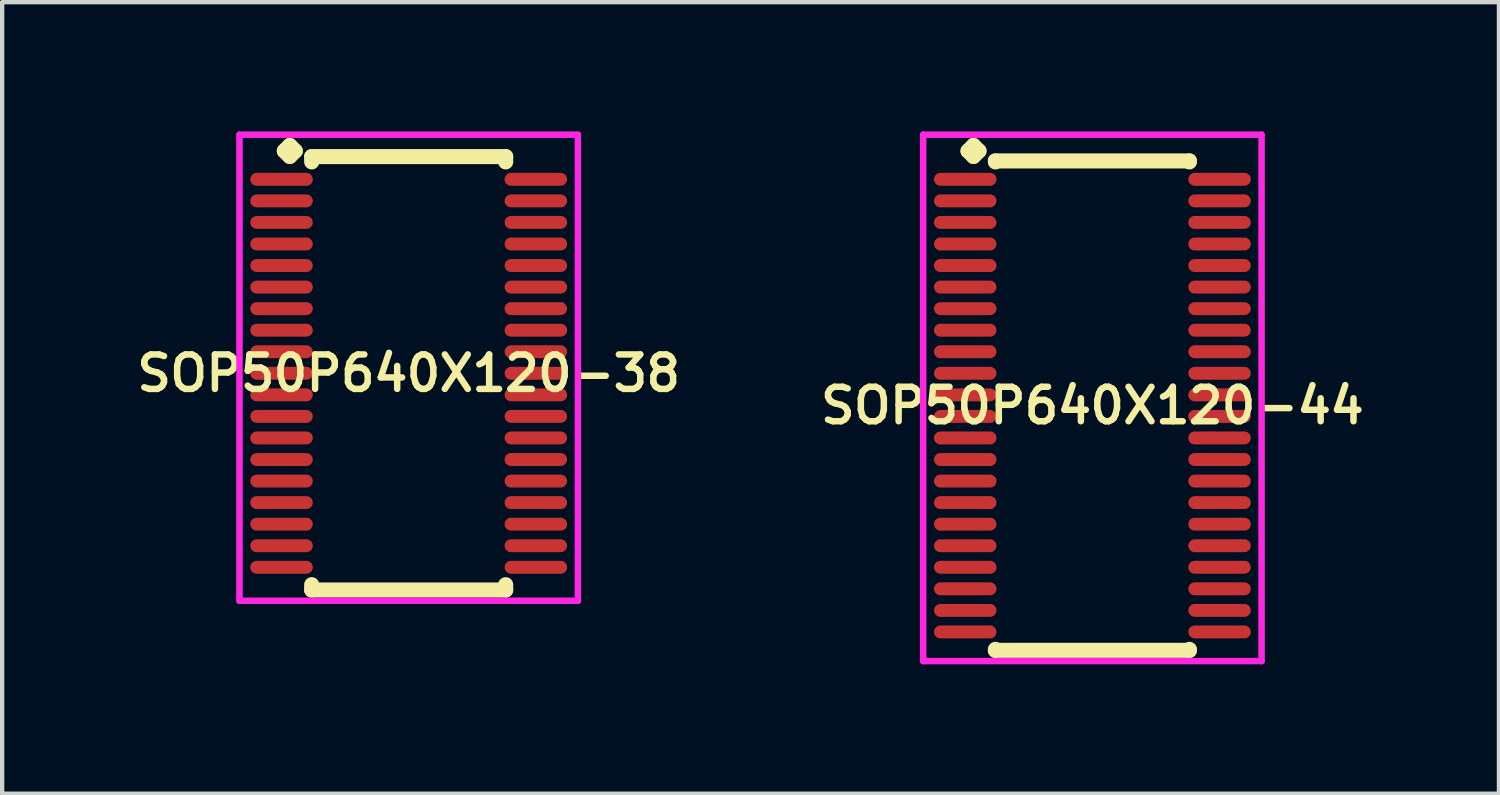
<source format=kicad_pcb>
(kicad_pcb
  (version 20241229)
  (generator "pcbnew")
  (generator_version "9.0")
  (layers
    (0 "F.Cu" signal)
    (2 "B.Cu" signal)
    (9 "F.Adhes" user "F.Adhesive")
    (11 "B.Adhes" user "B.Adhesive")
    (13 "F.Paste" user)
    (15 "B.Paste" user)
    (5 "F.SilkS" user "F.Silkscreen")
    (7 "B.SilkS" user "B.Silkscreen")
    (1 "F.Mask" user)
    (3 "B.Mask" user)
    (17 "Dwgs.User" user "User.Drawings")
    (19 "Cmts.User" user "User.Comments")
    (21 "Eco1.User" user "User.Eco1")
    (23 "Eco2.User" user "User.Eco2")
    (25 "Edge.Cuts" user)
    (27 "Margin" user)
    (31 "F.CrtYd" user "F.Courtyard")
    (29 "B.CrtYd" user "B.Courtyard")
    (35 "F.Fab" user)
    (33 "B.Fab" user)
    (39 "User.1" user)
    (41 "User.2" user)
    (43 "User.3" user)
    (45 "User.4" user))
  (footprint "SOP50P640X120-44"
    (layer "F.Cu")
    (at 22.292 6.36)
    (property "Reference" "SOP50P640X120-44" (at 0 0 0) (layer "F.SilkS") (effects (font (size 0.8 0.8) (thickness 0.15))))
    (attr smd)
    (fp_line (start -2.885 -5.908) (end -2.758 -6.035) (stroke (width 0.35) (type solid)) (layer "F.SilkS"))
    (fp_line (start -2.758 -6.035) (end -2.631 -5.908) (stroke (width 0.35) (type solid)) (layer "F.SilkS"))
    (fp_line (start -2.758 -5.781) (end -2.885 -5.908) (stroke (width 0.35) (type solid)) (layer "F.SilkS"))
    (fp_line (start -2.631 -5.908) (end -2.758 -5.781) (stroke (width 0.35) (type solid)) (layer "F.SilkS"))
    (fp_line (start -2.25 -5.677) (end 2.25 -5.677) (stroke (width 0.35) (type solid)) (layer "F.SilkS"))
    (fp_line (start -2.25 -5.654) (end -2.25 -5.677) (stroke (width 0.35) (type solid)) (layer "F.SilkS"))
    (fp_line (start -2.25 5.654) (end -2.25 5.677) (stroke (width 0.35) (type solid)) (layer "F.SilkS"))
    (fp_line (start -2.25 5.677) (end 2.25 5.677) (stroke (width 0.35) (type solid)) (layer "F.SilkS"))
    (fp_line (start 2.25 -5.677) (end 2.25 -5.654) (stroke (width 0.35) (type solid)) (layer "F.SilkS"))
    (fp_line (start 2.25 5.677) (end 2.25 5.654) (stroke (width 0.35) (type solid)) (layer "F.SilkS"))
    (fp_line (start -3.925 -6.285) (end 3.925 -6.285) (stroke (width 0.15) (type solid)) (layer "F.CrtYd"))
    (fp_line (start -3.925 5.927) (end -3.925 -6.285) (stroke (width 0.15) (type solid)) (layer "F.CrtYd"))
    (fp_line (start 3.925 -6.285) (end 3.925 5.927) (stroke (width 0.15) (type solid)) (layer "F.CrtYd"))
    (fp_line (start 3.925 5.927) (end -3.925 5.927) (stroke (width 0.15) (type solid)) (layer "F.CrtYd"))
    (pad "1" smd oval (at -2.95 -5.25) (size 1.45 0.3) (layers "F.Cu" "F.Mask" "F.Paste"))
    (pad "2" smd oval (at -2.95 -4.75) (size 1.45 0.3) (layers "F.Cu" "F.Mask" "F.Paste"))
    (pad "3" smd oval (at -2.95 -4.25) (size 1.45 0.3) (layers "F.Cu" "F.Mask" "F.Paste"))
    (pad "4" smd oval (at -2.95 -3.75) (size 1.45 0.3) (layers "F.Cu" "F.Mask" "F.Paste"))
    (pad "5" smd oval (at -2.95 -3.25) (size 1.45 0.3) (layers "F.Cu" "F.Mask" "F.Paste"))
    (pad "6" smd oval (at -2.95 -2.75) (size 1.45 0.3) (layers "F.Cu" "F.Mask" "F.Paste"))
    (pad "7" smd oval (at -2.95 -2.25) (size 1.45 0.3) (layers "F.Cu" "F.Mask" "F.Paste"))
    (pad "8" smd oval (at -2.95 -1.75) (size 1.45 0.3) (layers "F.Cu" "F.Mask" "F.Paste"))
    (pad "9" smd oval (at -2.95 -1.25) (size 1.45 0.3) (layers "F.Cu" "F.Mask" "F.Paste"))
    (pad "10" smd oval (at -2.95 -0.75) (size 1.45 0.3) (layers "F.Cu" "F.Mask" "F.Paste"))
    (pad "11" smd oval (at -2.95 -0.25) (size 1.45 0.3) (layers "F.Cu" "F.Mask" "F.Paste"))
    (pad "12" smd oval (at -2.95 0.25) (size 1.45 0.3) (layers "F.Cu" "F.Mask" "F.Paste"))
    (pad "13" smd oval (at -2.95 0.75) (size 1.45 0.3) (layers "F.Cu" "F.Mask" "F.Paste"))
    (pad "14" smd oval (at -2.95 1.25) (size 1.45 0.3) (layers "F.Cu" "F.Mask" "F.Paste"))
    (pad "15" smd oval (at -2.95 1.75) (size 1.45 0.3) (layers "F.Cu" "F.Mask" "F.Paste"))
    (pad "16" smd oval (at -2.95 2.25) (size 1.45 0.3) (layers "F.Cu" "F.Mask" "F.Paste"))
    (pad "17" smd oval (at -2.95 2.75) (size 1.45 0.3) (layers "F.Cu" "F.Mask" "F.Paste"))
    (pad "18" smd oval (at -2.95 3.25) (size 1.45 0.3) (layers "F.Cu" "F.Mask" "F.Paste"))
    (pad "19" smd oval (at -2.95 3.75) (size 1.45 0.3) (layers "F.Cu" "F.Mask" "F.Paste"))
    (pad "20" smd oval (at -2.95 4.25) (size 1.45 0.3) (layers "F.Cu" "F.Mask" "F.Paste"))
    (pad "21" smd oval (at -2.95 4.75) (size 1.45 0.3) (layers "F.Cu" "F.Mask" "F.Paste"))
    (pad "22" smd oval (at -2.95 5.25) (size 1.45 0.3) (layers "F.Cu" "F.Mask" "F.Paste"))
    (pad "23" smd oval (at 2.95 5.25) (size 1.45 0.3) (layers "F.Cu" "F.Mask" "F.Paste"))
    (pad "24" smd oval (at 2.95 4.75) (size 1.45 0.3) (layers "F.Cu" "F.Mask" "F.Paste"))
    (pad "25" smd oval (at 2.95 4.25) (size 1.45 0.3) (layers "F.Cu" "F.Mask" "F.Paste"))
    (pad "26" smd oval (at 2.95 3.75) (size 1.45 0.3) (layers "F.Cu" "F.Mask" "F.Paste"))
    (pad "27" smd oval (at 2.95 3.25) (size 1.45 0.3) (layers "F.Cu" "F.Mask" "F.Paste"))
    (pad "28" smd oval (at 2.95 2.75) (size 1.45 0.3) (layers "F.Cu" "F.Mask" "F.Paste"))
    (pad "29" smd oval (at 2.95 2.25) (size 1.45 0.3) (layers "F.Cu" "F.Mask" "F.Paste"))
    (pad "30" smd oval (at 2.95 1.75) (size 1.45 0.3) (layers "F.Cu" "F.Mask" "F.Paste"))
    (pad "31" smd oval (at 2.95 1.25) (size 1.45 0.3) (layers "F.Cu" "F.Mask" "F.Paste"))
    (pad "32" smd oval (at 2.95 0.75) (size 1.45 0.3) (layers "F.Cu" "F.Mask" "F.Paste"))
    (pad "33" smd oval (at 2.95 0.25) (size 1.45 0.3) (layers "F.Cu" "F.Mask" "F.Paste"))
    (pad "34" smd oval (at 2.95 -0.25) (size 1.45 0.3) (layers "F.Cu" "F.Mask" "F.Paste"))
    (pad "35" smd oval (at 2.95 -0.75) (size 1.45 0.3) (layers "F.Cu" "F.Mask" "F.Paste"))
    (pad "36" smd oval (at 2.95 -1.25) (size 1.45 0.3) (layers "F.Cu" "F.Mask" "F.Paste"))
    (pad "37" smd oval (at 2.95 -1.75) (size 1.45 0.3) (layers "F.Cu" "F.Mask" "F.Paste"))
    (pad "38" smd oval (at 2.95 -2.25) (size 1.45 0.3) (layers "F.Cu" "F.Mask" "F.Paste"))
    (pad "39" smd oval (at 2.95 -2.75) (size 1.45 0.3) (layers "F.Cu" "F.Mask" "F.Paste"))
    (pad "40" smd oval (at 2.95 -3.25) (size 1.45 0.3) (layers "F.Cu" "F.Mask" "F.Paste"))
    (pad "41" smd oval (at 2.95 -3.75) (size 1.45 0.3) (layers "F.Cu" "F.Mask" "F.Paste"))
    (pad "42" smd oval (at 2.95 -4.25) (size 1.45 0.3) (layers "F.Cu" "F.Mask" "F.Paste"))
    (pad "43" smd oval (at 2.95 -4.75) (size 1.45 0.3) (layers "F.Cu" "F.Mask" "F.Paste"))
    (pad "44" smd oval (at 2.95 -5.25) (size 1.45 0.3) (layers "F.Cu" "F.Mask" "F.Paste")))
  (footprint "SOP50P640X120-38"
    (layer "F.Cu")
    (at 6.431 5.61)
    (property "Reference" "SOP50P640X120-38" (at 0 0 0) (layer "F.SilkS") (effects (font (size 0.8 0.8) (thickness 0.15))))
    (attr through_hole)
    (fp_line (start -2.885 -5.158) (end -2.758 -5.285) (stroke (width 0.35) (type solid)) (layer "F.SilkS"))
    (fp_line (start -2.758 -5.285) (end -2.631 -5.158) (stroke (width 0.35) (type solid)) (layer "F.SilkS"))
    (fp_line (start -2.758 -5.031) (end -2.885 -5.158) (stroke (width 0.35) (type solid)) (layer "F.SilkS"))
    (fp_line (start -2.631 -5.158) (end -2.758 -5.031) (stroke (width 0.35) (type solid)) (layer "F.SilkS"))
    (fp_line (start -2.25 -5.027) (end 2.25 -5.027) (stroke (width 0.35) (type solid)) (layer "F.SilkS"))
    (fp_line (start -2.25 -4.904) (end -2.25 -5.027) (stroke (width 0.35) (type solid)) (layer "F.SilkS"))
    (fp_line (start -2.25 4.904) (end -2.25 5.027) (stroke (width 0.35) (type solid)) (layer "F.SilkS"))
    (fp_line (start -2.25 5.027) (end 2.25 5.027) (stroke (width 0.35) (type solid)) (layer "F.SilkS"))
    (fp_line (start 2.25 -5.027) (end 2.25 -4.904) (stroke (width 0.35) (type solid)) (layer "F.SilkS"))
    (fp_line (start 2.25 5.027) (end 2.25 4.904) (stroke (width 0.35) (type solid)) (layer "F.SilkS"))
    (fp_line (start -3.925 -5.535) (end 3.925 -5.535) (stroke (width 0.15) (type solid)) (layer "F.CrtYd"))
    (fp_line (start -3.925 5.277) (end -3.925 -5.535) (stroke (width 0.15) (type solid)) (layer "F.CrtYd"))
    (fp_line (start 3.925 -5.535) (end 3.925 5.277) (stroke (width 0.15) (type solid)) (layer "F.CrtYd"))
    (fp_line (start 3.925 5.277) (end -3.925 5.277) (stroke (width 0.15) (type solid)) (layer "F.CrtYd"))
    (pad "1" smd oval (at -2.95 -4.5) (size 1.45 0.3) (layers "F.Cu" "F.Mask" "F.Paste"))
    (pad "2" smd oval (at -2.95 -4) (size 1.45 0.3) (layers "F.Cu" "F.Mask" "F.Paste"))
    (pad "3" smd oval (at -2.95 -3.5) (size 1.45 0.3) (layers "F.Cu" "F.Mask" "F.Paste"))
    (pad "4" smd oval (at -2.95 -3) (size 1.45 0.3) (layers "F.Cu" "F.Mask" "F.Paste"))
    (pad "5" smd oval (at -2.95 -2.5) (size 1.45 0.3) (layers "F.Cu" "F.Mask" "F.Paste"))
    (pad "6" smd oval (at -2.95 -2) (size 1.45 0.3) (layers "F.Cu" "F.Mask" "F.Paste"))
    (pad "7" smd oval (at -2.95 -1.5) (size 1.45 0.3) (layers "F.Cu" "F.Mask" "F.Paste"))
    (pad "8" smd oval (at -2.95 -1) (size 1.45 0.3) (layers "F.Cu" "F.Mask" "F.Paste"))
    (pad "9" smd oval (at -2.95 -0.5) (size 1.45 0.3) (layers "F.Cu" "F.Mask" "F.Paste"))
    (pad "10" smd oval (at -2.95 0) (size 1.45 0.3) (layers "F.Cu" "F.Mask" "F.Paste"))
    (pad "11" smd oval (at -2.95 0.5) (size 1.45 0.3) (layers "F.Cu" "F.Mask" "F.Paste"))
    (pad "12" smd oval (at -2.95 1) (size 1.45 0.3) (layers "F.Cu" "F.Mask" "F.Paste"))
    (pad "13" smd oval (at -2.95 1.5) (size 1.45 0.3) (layers "F.Cu" "F.Mask" "F.Paste"))
    (pad "14" smd oval (at -2.95 2) (size 1.45 0.3) (layers "F.Cu" "F.Mask" "F.Paste"))
    (pad "15" smd oval (at -2.95 2.5) (size 1.45 0.3) (layers "F.Cu" "F.Mask" "F.Paste"))
    (pad "16" smd oval (at -2.95 3) (size 1.45 0.3) (layers "F.Cu" "F.Mask" "F.Paste"))
    (pad "17" smd oval (at -2.95 3.5) (size 1.45 0.3) (layers "F.Cu" "F.Mask" "F.Paste"))
    (pad "18" smd oval (at -2.95 4) (size 1.45 0.3) (layers "F.Cu" "F.Mask" "F.Paste"))
    (pad "19" smd oval (at -2.95 4.5) (size 1.45 0.3) (layers "F.Cu" "F.Mask" "F.Paste"))
    (pad "20" smd oval (at 2.95 4.5) (size 1.45 0.3) (layers "F.Cu" "F.Mask" "F.Paste"))
    (pad "21" smd oval (at 2.95 4) (size 1.45 0.3) (layers "F.Cu" "F.Mask" "F.Paste"))
    (pad "22" smd oval (at 2.95 3.5) (size 1.45 0.3) (layers "F.Cu" "F.Mask" "F.Paste"))
    (pad "23" smd oval (at 2.95 3) (size 1.45 0.3) (layers "F.Cu" "F.Mask" "F.Paste"))
    (pad "24" smd oval (at 2.95 2.5) (size 1.45 0.3) (layers "F.Cu" "F.Mask" "F.Paste"))
    (pad "25" smd oval (at 2.95 2) (size 1.45 0.3) (layers "F.Cu" "F.Mask" "F.Paste"))
    (pad "26" smd oval (at 2.95 1.5) (size 1.45 0.3) (layers "F.Cu" "F.Mask" "F.Paste"))
    (pad "27" smd oval (at 2.95 1) (size 1.45 0.3) (layers "F.Cu" "F.Mask" "F.Paste"))
    (pad "28" smd oval (at 2.95 0.5) (size 1.45 0.3) (layers "F.Cu" "F.Mask" "F.Paste"))
    (pad "29" smd oval (at 2.95 0) (size 1.45 0.3) (layers "F.Cu" "F.Mask" "F.Paste"))
    (pad "30" smd oval (at 2.95 -0.5) (size 1.45 0.3) (layers "F.Cu" "F.Mask" "F.Paste"))
    (pad "31" smd oval (at 2.95 -1) (size 1.45 0.3) (layers "F.Cu" "F.Mask" "F.Paste"))
    (pad "32" smd oval (at 2.95 -1.5) (size 1.45 0.3) (layers "F.Cu" "F.Mask" "F.Paste"))
    (pad "33" smd oval (at 2.95 -2) (size 1.45 0.3) (layers "F.Cu" "F.Mask" "F.Paste"))
    (pad "34" smd oval (at 2.95 -2.5) (size 1.45 0.3) (layers "F.Cu" "F.Mask" "F.Paste"))
    (pad "35" smd oval (at 2.95 -3) (size 1.45 0.3) (layers "F.Cu" "F.Mask" "F.Paste"))
    (pad "36" smd oval (at 2.95 -3.5) (size 1.45 0.3) (layers "F.Cu" "F.Mask" "F.Paste"))
    (pad "37" smd oval (at 2.95 -4) (size 1.45 0.3) (layers "F.Cu" "F.Mask" "F.Paste"))
    (pad "38" smd oval (at 2.95 -4.5) (size 1.45 0.3) (layers "F.Cu" "F.Mask" "F.Paste")))
  (gr_rect
    (start -3 -3)
    (end 31.723 15.362)
    (stroke (width 0.1) (type default))
    (fill no)
    (layer "Edge.Cuts")))
</source>
